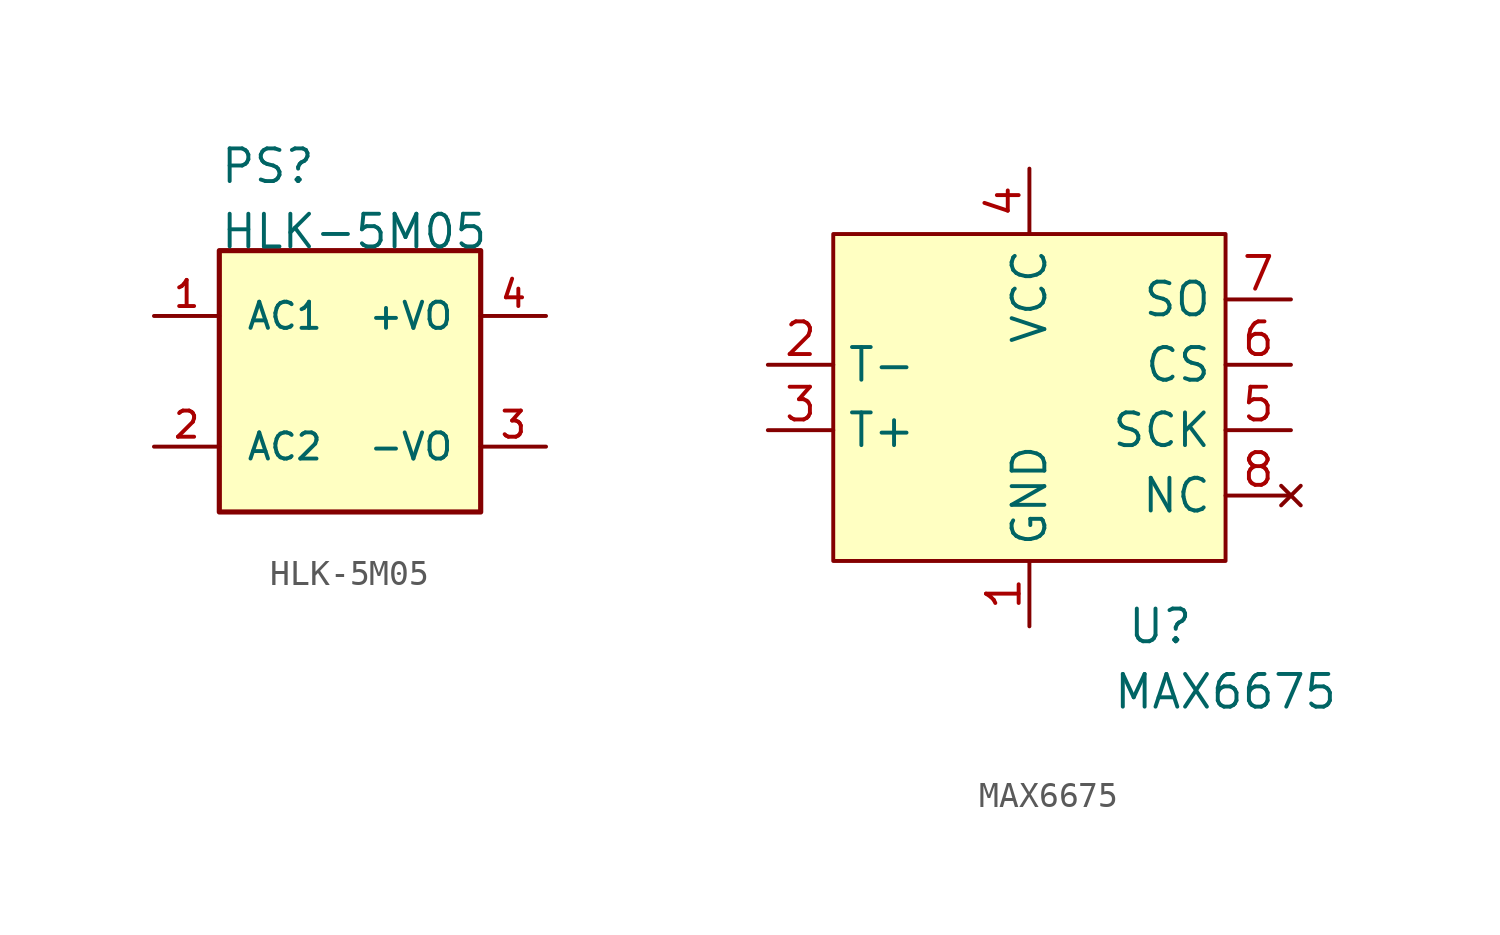
<source format=kicad_sym>
(kicad_symbol_lib
  (version 20220914)
  (generator kicad_symbol_editor)
  (symbol "HLK-5M05"
    (pin_names
      (offset 1.016))
    (property "Reference" "PS"
      (at -5.08 7.62 0)
      (effects (font (size 1.27 1.27)) (justify left bottom)))
    (property "Value" "HLK-5M05"
      (at -5.08 5.08 0)
      (effects (font (size 1.27 1.27)) (justify left bottom)))
    (symbol "HLK-5M05_0_0"
      (rectangle (start -5.08 5.08) (end 5.08 -5.08) (stroke (width 0.2) (type default)) (fill (type background)))
      (pin input line (at -7.62 2.54 0) (length 2.54) (name "AC1" (effects (font (size 1.016 1.016)))) (number "1" (effects (font (size 1.016 1.016)))))
      (pin input line (at -7.62 -2.54 0) (length 2.54) (name "AC2" (effects (font (size 1.016 1.016)))) (number "2" (effects (font (size 1.016 1.016)))))
      (pin output line (at 7.62 -2.54 180) (length 2.54) (name "-VO" (effects (font (size 1.016 1.016)))) (number "3" (effects (font (size 1.016 1.016)))))
      (pin output line (at 7.62 2.54 180) (length 2.54) (name "+VO" (effects (font (size 1.016 1.016)))) (number "4" (effects (font (size 1.016 1.016)))))))
  (symbol "MAX6675"
    (property "Reference" "U"
      (at 5.08 -10.16 0)
      (effects (font (size 1.27 1.27))))
    (property "Value" "MAX6675"
      (at 7.62 -12.7 0)
      (effects (font (size 1.27 1.27))))
    (symbol "MAX6675_0_0"
      (pin power_in line (at 0 -10.16 90) (length 2.54) (name "GND" (effects (font (size 1.27 1.27)))) (number "1" (effects (font (size 1.27 1.27)))))
      (pin bidirectional line (at -10.16 0 0) (length 2.54) (name "T-" (effects (font (size 1.27 1.27)))) (number "2" (effects (font (size 1.27 1.27)))))
      (pin bidirectional line (at -10.16 -2.54 0) (length 2.54) (name "T+" (effects (font (size 1.27 1.27)))) (number "3" (effects (font (size 1.27 1.27)))))
      (pin power_in line (at 0 7.62 270) (length 2.54) (name "VCC" (effects (font (size 1.27 1.27)))) (number "4" (effects (font (size 1.27 1.27)))))
      (pin bidirectional line (at 10.16 -2.54 180) (length 2.54) (name "SCK" (effects (font (size 1.27 1.27)))) (number "5" (effects (font (size 1.27 1.27)))))
      (pin bidirectional line (at 10.16 0 180) (length 2.54) (name "CS" (effects (font (size 1.27 1.27)))) (number "6" (effects (font (size 1.27 1.27)))))
      (pin bidirectional line (at 10.16 2.54 180) (length 2.54) (name "SO" (effects (font (size 1.27 1.27)))) (number "7" (effects (font (size 1.27 1.27)))))
      (pin no_connect line (at 10.16 -5.08 180) (length 2.54) (name "NC" (effects (font (size 1.27 1.27)))) (number "8" (effects (font (size 1.27 1.27))))))
    (symbol "MAX6675_0_1"
      (rectangle (start -7.62 5.08) (end 7.62 -7.62) (stroke (width 0) (type default)) (fill (type background))))))
</source>
